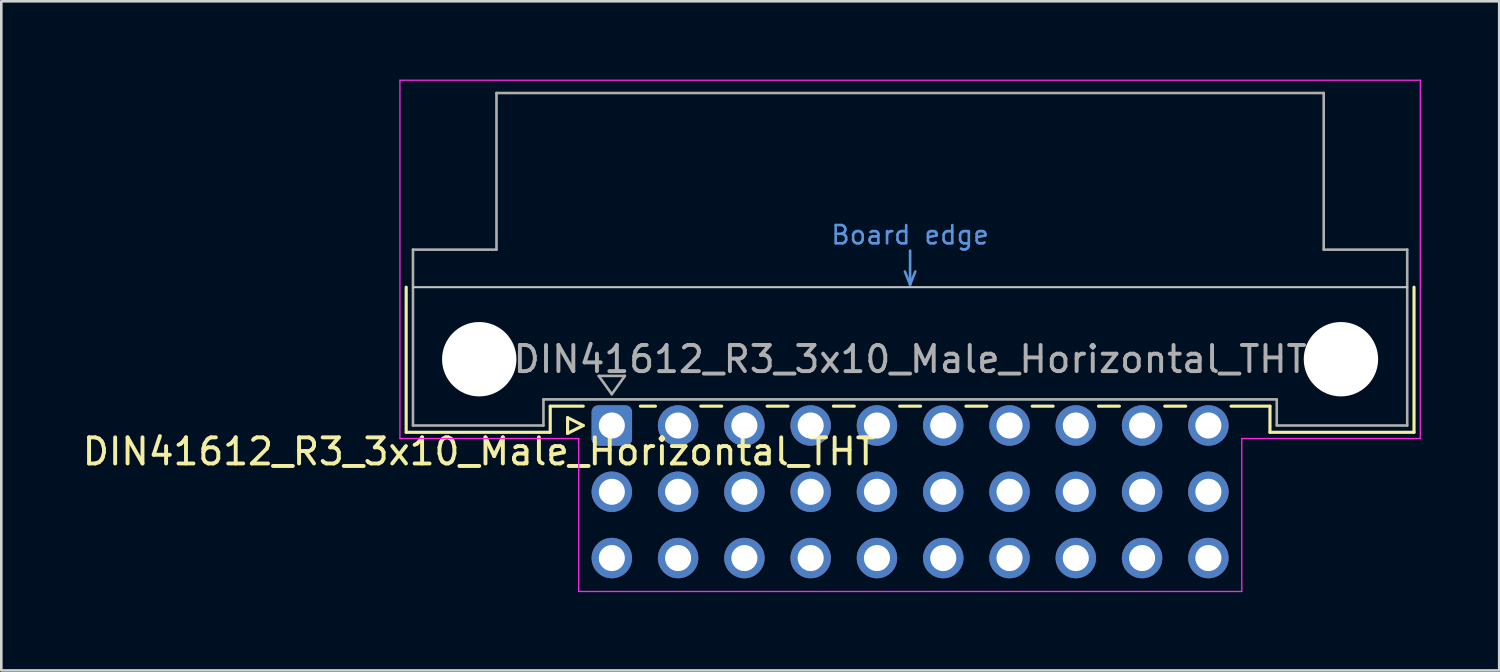
<source format=kicad_pcb>
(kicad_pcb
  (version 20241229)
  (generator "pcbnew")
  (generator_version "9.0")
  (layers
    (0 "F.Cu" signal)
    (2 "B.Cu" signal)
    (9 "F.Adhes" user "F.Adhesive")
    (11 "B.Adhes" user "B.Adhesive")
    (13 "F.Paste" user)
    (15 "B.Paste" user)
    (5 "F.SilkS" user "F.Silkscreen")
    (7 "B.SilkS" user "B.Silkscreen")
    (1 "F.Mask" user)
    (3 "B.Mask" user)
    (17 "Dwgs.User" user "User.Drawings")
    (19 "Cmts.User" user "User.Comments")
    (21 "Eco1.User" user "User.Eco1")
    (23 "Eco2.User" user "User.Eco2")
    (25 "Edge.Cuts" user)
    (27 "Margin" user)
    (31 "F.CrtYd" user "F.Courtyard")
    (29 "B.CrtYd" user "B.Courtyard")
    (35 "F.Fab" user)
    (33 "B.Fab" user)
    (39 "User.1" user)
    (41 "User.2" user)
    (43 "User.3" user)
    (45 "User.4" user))
  (footprint "DIN41612_R3_3x10_Male_Horizontal_THT"
    (layer "F.Cu")
    (at 20.395 13.255)
    (property "Reference" "DIN41612_R3_3x10_Male_Horizontal_THT" (at -5.08 1 0) (layer "F.SilkS") (effects (font (size 1 1) (thickness 0.15))))
    (attr through_hole)
    (fp_line (start -7.88 -5.3) (end -7.88 0.26) (stroke (width 0.12) (type solid)) (layer "F.SilkS"))
    (fp_line (start -7.88 0.26) (end -2.36 0.26) (stroke (width 0.12) (type solid)) (layer "F.SilkS"))
    (fp_line (start -2.361 -0.74) (end -1.095 -0.74) (stroke (width 0.12) (type solid)) (layer "F.SilkS"))
    (fp_line (start -2.36 0.26) (end -2.36 -0.74) (stroke (width 0.12) (type solid)) (layer "F.SilkS"))
    (fp_line (start -1.695 -0.3) (end -1.695 0.3) (stroke (width 0.12) (type solid)) (layer "F.SilkS"))
    (fp_line (start -1.695 0.3) (end -1.095 0) (stroke (width 0.12) (type solid)) (layer "F.SilkS"))
    (fp_line (start -1.095 0) (end -1.695 -0.3) (stroke (width 0.12) (type solid)) (layer "F.SilkS"))
    (fp_line (start 1.095 -0.74) (end 1.671 -0.74) (stroke (width 0.12) (type solid)) (layer "F.SilkS"))
    (fp_line (start 3.41 -0.74) (end 4.211 -0.74) (stroke (width 0.12) (type solid)) (layer "F.SilkS"))
    (fp_line (start 5.95 -0.74) (end 6.751 -0.74) (stroke (width 0.12) (type solid)) (layer "F.SilkS"))
    (fp_line (start 8.49 -0.74) (end 9.291 -0.74) (stroke (width 0.12) (type solid)) (layer "F.SilkS"))
    (fp_line (start 11.03 -0.74) (end 11.831 -0.74) (stroke (width 0.12) (type solid)) (layer "F.SilkS"))
    (fp_line (start 13.57 -0.74) (end 14.371 -0.74) (stroke (width 0.12) (type solid)) (layer "F.SilkS"))
    (fp_line (start 16.11 -0.74) (end 16.911 -0.74) (stroke (width 0.12) (type solid)) (layer "F.SilkS"))
    (fp_line (start 18.65 -0.74) (end 19.451 -0.74) (stroke (width 0.12) (type solid)) (layer "F.SilkS"))
    (fp_line (start 21.19 -0.74) (end 21.991 -0.74) (stroke (width 0.12) (type solid)) (layer "F.SilkS"))
    (fp_line (start 23.73 -0.74) (end 25.22 -0.74) (stroke (width 0.12) (type solid)) (layer "F.SilkS"))
    (fp_line (start 25.22 0.26) (end 25.22 -0.74) (stroke (width 0.12) (type solid)) (layer "F.SilkS"))
    (fp_line (start 30.74 -5.3) (end 30.74 0.26) (stroke (width 0.12) (type solid)) (layer "F.SilkS"))
    (fp_line (start 30.74 0.26) (end 25.22 0.26) (stroke (width 0.12) (type solid)) (layer "F.SilkS"))
    (fp_line (start -7.62 -5.3) (end 30.48 -5.3) (stroke (width 0.08) (type solid)) (layer "Dwgs.User"))
    (fp_line (start 11.23 -5.9) (end 11.43 -5.4) (stroke (width 0.1) (type solid)) (layer "Cmts.User"))
    (fp_line (start 11.43 -5.4) (end 11.43 -6.7) (stroke (width 0.1) (type solid)) (layer "Cmts.User"))
    (fp_line (start 11.43 -5.4) (end 11.63 -5.9) (stroke (width 0.1) (type solid)) (layer "Cmts.User"))
    (fp_line (start -8.12 -13.23) (end -8.12 0.5) (stroke (width 0.05) (type solid)) (layer "F.CrtYd"))
    (fp_line (start -8.12 0.5) (end -1.27 0.5) (stroke (width 0.05) (type solid)) (layer "F.CrtYd"))
    (fp_line (start -1.27 0.5) (end -1.27 6.36) (stroke (width 0.05) (type solid)) (layer "F.CrtYd"))
    (fp_line (start -1.27 6.36) (end 24.14 6.36) (stroke (width 0.05) (type solid)) (layer "F.CrtYd"))
    (fp_line (start 24.14 0.5) (end 30.98 0.5) (stroke (width 0.05) (type solid)) (layer "F.CrtYd"))
    (fp_line (start 24.14 6.36) (end 24.14 0.5) (stroke (width 0.05) (type solid)) (layer "F.CrtYd"))
    (fp_line (start 30.98 -13.23) (end -8.12 -13.23) (stroke (width 0.05) (type solid)) (layer "F.CrtYd"))
    (fp_line (start 30.98 0.5) (end 30.98 -13.23) (stroke (width 0.05) (type solid)) (layer "F.CrtYd"))
    (fp_line (start -7.62 -6.74) (end -7.62 0) (stroke (width 0.1) (type solid)) (layer "F.Fab"))
    (fp_line (start -7.62 0) (end -2.62 0) (stroke (width 0.1) (type solid)) (layer "F.Fab"))
    (fp_line (start -4.42 -12.74) (end -4.42 -6.74) (stroke (width 0.1) (type solid)) (layer "F.Fab"))
    (fp_line (start -4.42 -6.74) (end -7.62 -6.74) (stroke (width 0.1) (type solid)) (layer "F.Fab"))
    (fp_line (start -2.62 -1) (end 25.48 -1) (stroke (width 0.1) (type solid)) (layer "F.Fab"))
    (fp_line (start -2.62 0) (end -2.62 -1) (stroke (width 0.1) (type solid)) (layer "F.Fab"))
    (fp_line (start -0.5 -1.9) (end 0.5 -1.9) (stroke (width 0.1) (type solid)) (layer "F.Fab"))
    (fp_line (start 0 -1.2) (end -0.5 -1.9) (stroke (width 0.1) (type solid)) (layer "F.Fab"))
    (fp_line (start 0.5 -1.9) (end 0 -1.2) (stroke (width 0.1) (type solid)) (layer "F.Fab"))
    (fp_line (start 25.48 -1) (end 25.48 0) (stroke (width 0.1) (type solid)) (layer "F.Fab"))
    (fp_line (start 25.48 0) (end 30.48 0) (stroke (width 0.1) (type solid)) (layer "F.Fab"))
    (fp_line (start 27.28 -12.74) (end -4.42 -12.74) (stroke (width 0.1) (type solid)) (layer "F.Fab"))
    (fp_line (start 27.28 -6.74) (end 27.28 -12.74) (stroke (width 0.1) (type solid)) (layer "F.Fab"))
    (fp_line (start 30.48 -6.74) (end 27.28 -6.74) (stroke (width 0.1) (type solid)) (layer "F.Fab"))
    (fp_line (start 30.48 0) (end 30.48 -6.74) (stroke (width 0.1) (type solid)) (layer "F.Fab"))
    (fp_text user "Board edge" (at 11.43 -7.3 0) (layer "Cmts.User") (effects (font (size 0.7 0.7) (thickness 0.1))))
    (fp_text user "${REFERENCE}" (at 11.43 -2.54 0) (layer "F.Fab") (effects (font (size 1 1) (thickness 0.15))))
    (pad "" np_thru_hole circle (at -5.08 -2.54) (size 2.85 2.85) (drill 2.85) (layers "*.Cu" "*.Mask"))
    (pad "" np_thru_hole circle (at 27.94 -2.54) (size 2.85 2.85) (drill 2.85) (layers "*.Cu" "*.Mask"))
    (pad "a1" thru_hole roundrect (at 0 0) (size 1.55 1.55) (drill 1) (layers "*.Cu" "*.Mask") (roundrect_rratio 0.161))
    (pad "a2" thru_hole circle (at 2.54 0) (size 1.55 1.55) (drill 1) (layers "*.Cu" "*.Mask"))
    (pad "a3" thru_hole circle (at 5.08 0) (size 1.55 1.55) (drill 1) (layers "*.Cu" "*.Mask"))
    (pad "a4" thru_hole circle (at 7.62 0) (size 1.55 1.55) (drill 1) (layers "*.Cu" "*.Mask"))
    (pad "a5" thru_hole circle (at 10.16 0) (size 1.55 1.55) (drill 1) (layers "*.Cu" "*.Mask"))
    (pad "a6" thru_hole circle (at 12.7 0) (size 1.55 1.55) (drill 1) (layers "*.Cu" "*.Mask"))
    (pad "a7" thru_hole circle (at 15.24 0) (size 1.55 1.55) (drill 1) (layers "*.Cu" "*.Mask"))
    (pad "a8" thru_hole circle (at 17.78 0) (size 1.55 1.55) (drill 1) (layers "*.Cu" "*.Mask"))
    (pad "a9" thru_hole circle (at 20.32 0) (size 1.55 1.55) (drill 1) (layers "*.Cu" "*.Mask"))
    (pad "a10" thru_hole circle (at 22.86 0) (size 1.55 1.55) (drill 1) (layers "*.Cu" "*.Mask"))
    (pad "b1" thru_hole circle (at 0 2.54) (size 1.55 1.55) (drill 1) (layers "*.Cu" "*.Mask"))
    (pad "b2" thru_hole circle (at 2.54 2.54) (size 1.55 1.55) (drill 1) (layers "*.Cu" "*.Mask"))
    (pad "b3" thru_hole circle (at 5.08 2.54) (size 1.55 1.55) (drill 1) (layers "*.Cu" "*.Mask"))
    (pad "b4" thru_hole circle (at 7.62 2.54) (size 1.55 1.55) (drill 1) (layers "*.Cu" "*.Mask"))
    (pad "b5" thru_hole circle (at 10.16 2.54) (size 1.55 1.55) (drill 1) (layers "*.Cu" "*.Mask"))
    (pad "b6" thru_hole circle (at 12.7 2.54) (size 1.55 1.55) (drill 1) (layers "*.Cu" "*.Mask"))
    (pad "b7" thru_hole circle (at 15.24 2.54) (size 1.55 1.55) (drill 1) (layers "*.Cu" "*.Mask"))
    (pad "b8" thru_hole circle (at 17.78 2.54) (size 1.55 1.55) (drill 1) (layers "*.Cu" "*.Mask"))
    (pad "b9" thru_hole circle (at 20.32 2.54) (size 1.55 1.55) (drill 1) (layers "*.Cu" "*.Mask"))
    (pad "b10" thru_hole circle (at 22.86 2.54) (size 1.55 1.55) (drill 1) (layers "*.Cu" "*.Mask"))
    (pad "c1" thru_hole circle (at 0 5.08) (size 1.55 1.55) (drill 1) (layers "*.Cu" "*.Mask"))
    (pad "c2" thru_hole circle (at 2.54 5.08) (size 1.55 1.55) (drill 1) (layers "*.Cu" "*.Mask"))
    (pad "c3" thru_hole circle (at 5.08 5.08) (size 1.55 1.55) (drill 1) (layers "*.Cu" "*.Mask"))
    (pad "c4" thru_hole circle (at 7.62 5.08) (size 1.55 1.55) (drill 1) (layers "*.Cu" "*.Mask"))
    (pad "c5" thru_hole circle (at 10.16 5.08) (size 1.55 1.55) (drill 1) (layers "*.Cu" "*.Mask"))
    (pad "c6" thru_hole circle (at 12.7 5.08) (size 1.55 1.55) (drill 1) (layers "*.Cu" "*.Mask"))
    (pad "c7" thru_hole circle (at 15.24 5.08) (size 1.55 1.55) (drill 1) (layers "*.Cu" "*.Mask"))
    (pad "c8" thru_hole circle (at 17.78 5.08) (size 1.55 1.55) (drill 1) (layers "*.Cu" "*.Mask"))
    (pad "c9" thru_hole circle (at 20.32 5.08) (size 1.55 1.55) (drill 1) (layers "*.Cu" "*.Mask"))
    (pad "c10" thru_hole circle (at 22.86 5.08) (size 1.55 1.55) (drill 1) (layers "*.Cu" "*.Mask")))
  (gr_rect
    (start -3 -3)
    (end 54.4 22.64)
    (stroke (width 0.1) (type default))
    (fill no)
    (layer "Edge.Cuts")))
</source>
